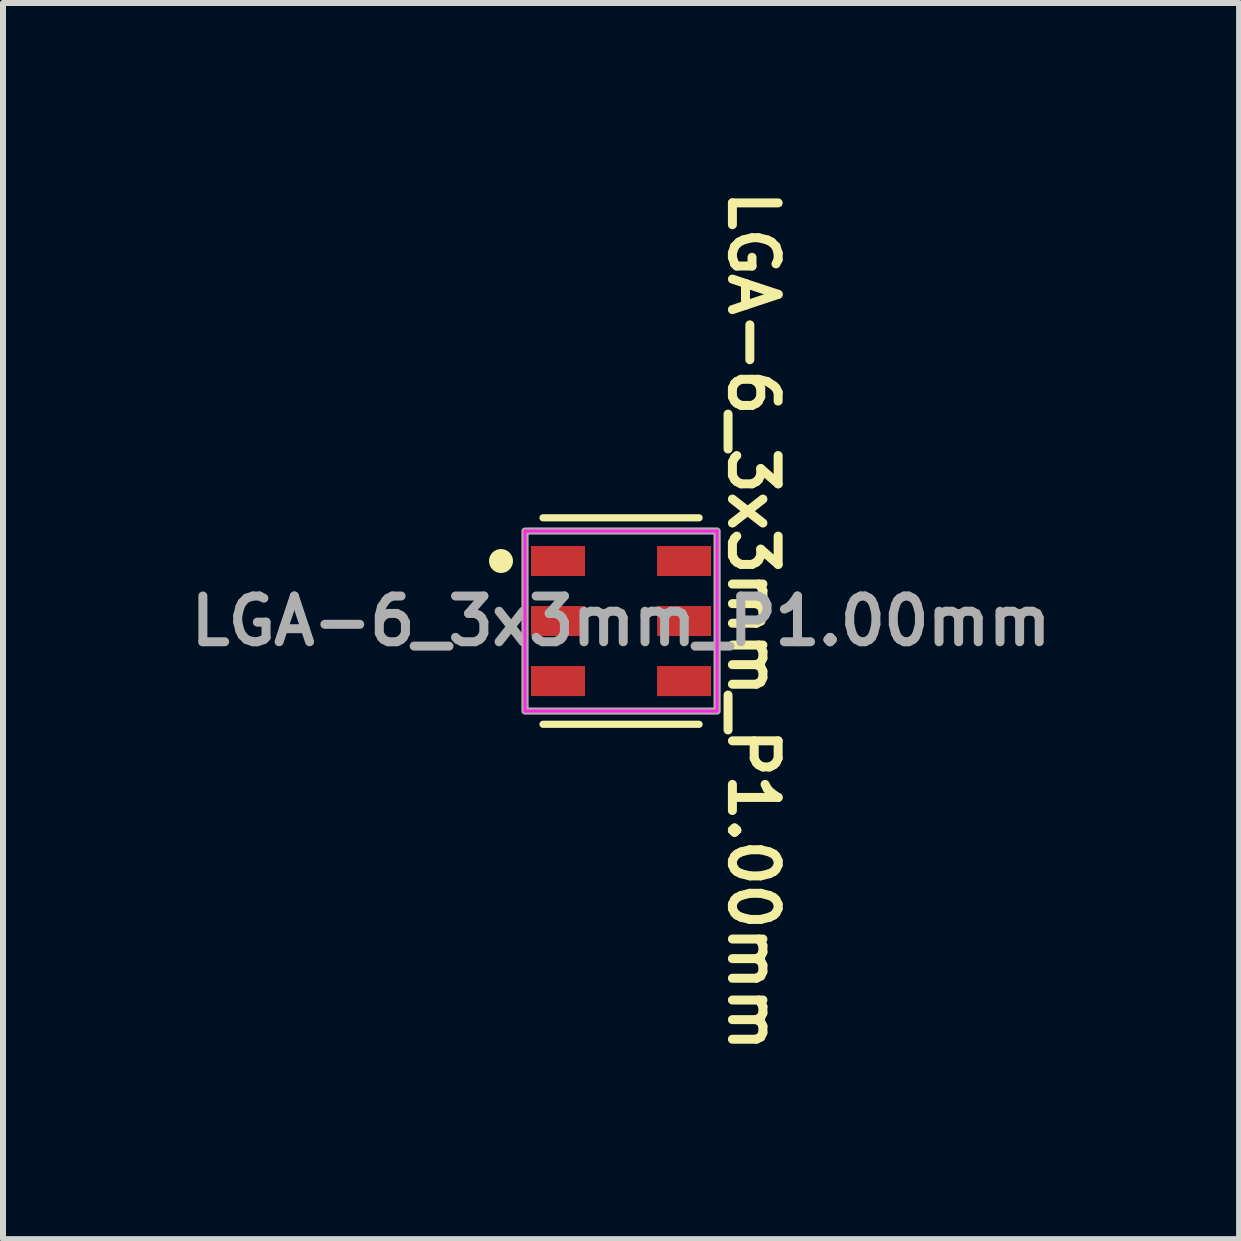
<source format=kicad_pcb>
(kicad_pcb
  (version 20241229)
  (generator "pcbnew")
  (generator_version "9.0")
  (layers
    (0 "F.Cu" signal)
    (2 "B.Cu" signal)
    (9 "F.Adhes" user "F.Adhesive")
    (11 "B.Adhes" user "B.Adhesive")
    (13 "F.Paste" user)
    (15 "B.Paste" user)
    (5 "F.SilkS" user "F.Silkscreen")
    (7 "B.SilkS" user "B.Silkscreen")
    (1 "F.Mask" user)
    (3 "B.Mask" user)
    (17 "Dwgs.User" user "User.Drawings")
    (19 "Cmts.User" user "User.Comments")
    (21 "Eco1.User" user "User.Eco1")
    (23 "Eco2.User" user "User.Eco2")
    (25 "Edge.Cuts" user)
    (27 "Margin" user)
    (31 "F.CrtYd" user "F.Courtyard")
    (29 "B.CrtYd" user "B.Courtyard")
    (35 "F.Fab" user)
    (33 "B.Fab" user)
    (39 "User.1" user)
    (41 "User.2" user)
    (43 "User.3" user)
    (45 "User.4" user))
  (footprint "LGA-6_3x3mm_P1.00mm"
    (layer "F.Cu")
    (at 7.297 7.297)
    (property "Reference" "LGA-6_3x3mm_P1.00mm" (at 2.2 0 270) (unlocked yes) (layer "F.SilkS") (effects (font (size 0.762 0.762) (thickness 0.15))))
    (fp_line (start -1.3 -1.72) (end 1.3 -1.72) (stroke (width 0.12) (type default)) (layer "F.SilkS"))
    (fp_line (start 1.3 1.72) (end -1.3 1.72) (stroke (width 0.12) (type default)) (layer "F.SilkS"))
    (fp_circle (center -2 -1) (end -2.2 -1) (stroke (width 0) (type default)) (fill yes) (layer "F.SilkS"))
    (fp_line (start -1.6 -1.5) (end -1.6 1.5) (stroke (width 0.05) (type default)) (layer "F.CrtYd"))
    (fp_line (start -1.6 1.5) (end 1.6 1.5) (stroke (width 0.05) (type default)) (layer "F.CrtYd"))
    (fp_line (start 1.6 -1.5) (end -1.6 -1.5) (stroke (width 0.05) (type default)) (layer "F.CrtYd"))
    (fp_line (start 1.6 1.5) (end 1.6 -1.5) (stroke (width 0.05) (type default)) (layer "F.CrtYd"))
    (fp_poly (pts (xy 1.499 -1.5) (xy -1.499 -1.5) (xy -1.5 -1.5) (xy -1.6 -1.499) (xy -1.6 1.499) (xy -1.5 1.5) (xy -1.499 1.5) (xy 1.499 1.5) (xy 1.5 1.5) (xy 1.6 1.499) (xy 1.6 -1.499) (xy 1.5 -1.5)) (stroke (width 0.12) (type default)) (fill no) (layer "F.Fab"))
    (fp_text user "${REFERENCE}" (at 0 0 0) (layer "F.Fab") (effects (font (size 0.762 0.762) (thickness 0.15))))
    (pad "1" smd rect (at -1.05 -1 180) (size 0.9 0.5) (layers "F.Cu" "F.Mask" "F.Paste"))
    (pad "2" smd rect (at -1.05 0 180) (size 0.9 0.5) (layers "F.Cu" "F.Mask" "F.Paste"))
    (pad "3" smd rect (at -1.05 1 180) (size 0.9 0.5) (layers "F.Cu" "F.Mask" "F.Paste"))
    (pad "4" smd rect (at 1.05 1 180) (size 0.9 0.5) (layers "F.Cu" "F.Mask" "F.Paste"))
    (pad "5" smd rect (at 1.05 0 180) (size 0.9 0.5) (layers "F.Cu" "F.Mask" "F.Paste"))
    (pad "6" smd rect (at 1.05 -1 180) (size 0.9 0.5) (layers "F.Cu" "F.Mask" "F.Paste")))
  (gr_rect
    (start -3 -3)
    (end 17.594 17.594)
    (stroke (width 0.1) (type default))
    (fill no)
    (layer "Edge.Cuts")))
</source>
